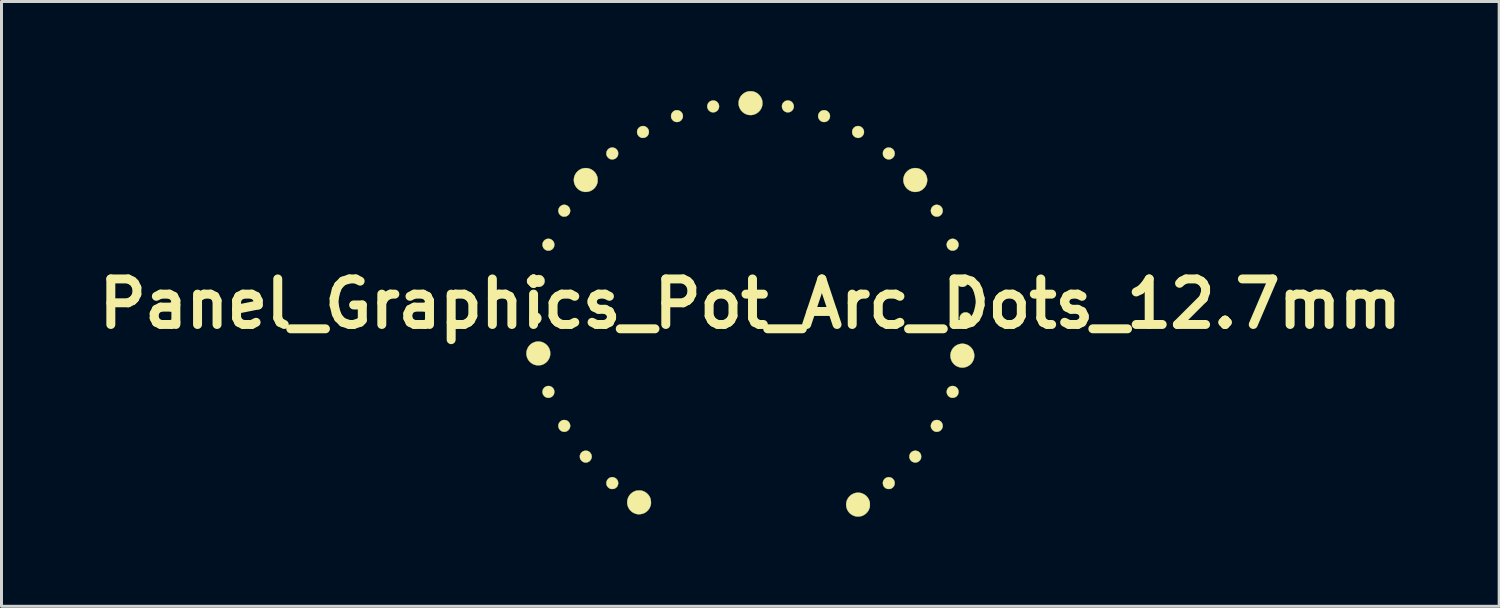
<source format=kicad_pcb>
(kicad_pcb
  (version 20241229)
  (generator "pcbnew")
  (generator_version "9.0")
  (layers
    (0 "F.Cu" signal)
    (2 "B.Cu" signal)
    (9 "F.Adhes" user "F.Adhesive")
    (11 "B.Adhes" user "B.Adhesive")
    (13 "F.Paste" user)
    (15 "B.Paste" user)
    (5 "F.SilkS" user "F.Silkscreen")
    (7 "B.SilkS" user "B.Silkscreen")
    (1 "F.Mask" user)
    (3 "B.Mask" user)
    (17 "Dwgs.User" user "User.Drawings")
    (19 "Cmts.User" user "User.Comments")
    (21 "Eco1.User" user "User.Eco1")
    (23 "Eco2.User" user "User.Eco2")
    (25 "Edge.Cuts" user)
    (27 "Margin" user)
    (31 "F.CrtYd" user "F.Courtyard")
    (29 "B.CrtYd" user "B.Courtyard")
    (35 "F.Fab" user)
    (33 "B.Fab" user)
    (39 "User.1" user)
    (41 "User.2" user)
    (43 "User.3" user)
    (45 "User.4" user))
  (footprint "Panel_Graphics_Pot_Arc_Dots_12.7mm"
    (layer "F.Cu")
    (at 22.069 7.123)
    (property "Reference" "Panel_Graphics_Pot_Arc_Dots_12.7mm" (at 0 0 0) (layer "F.SilkS") (effects (font (size 1.524 1.524) (thickness 0.3))))
    (attr through_hole)
    (fp_poly (pts (xy -1.223 -6.808) (xy -1.187 -6.801) (xy -1.153 -6.788) (xy -1.123 -6.769) (xy -1.096 -6.744) (xy -1.074 -6.714) (xy -1.058 -6.681) (xy -1.048 -6.643) (xy -1.046 -6.61) (xy -1.05 -6.57) (xy -1.061 -6.534) (xy -1.079 -6.501) (xy -1.102 -6.472) (xy -1.131 -6.448) (xy -1.163 -6.429) (xy -1.199 -6.417) (xy -1.238 -6.412) (xy -1.272 -6.414) (xy -1.311 -6.424) (xy -1.346 -6.44) (xy -1.377 -6.464) (xy -1.404 -6.493) (xy -1.424 -6.528) (xy -1.437 -6.565) (xy -1.443 -6.602) (xy -1.441 -6.64) (xy -1.431 -6.676) (xy -1.415 -6.711) (xy -1.393 -6.742) (xy -1.366 -6.768) (xy -1.337 -6.786) (xy -1.299 -6.801) (xy -1.261 -6.809) (xy -1.223 -6.808)) (stroke (width 0.01) (type solid)) (fill yes) (layer "F.SilkS"))
    (fp_poly (pts (xy -3.543 -5.948) (xy -3.507 -5.934) (xy -3.475 -5.914) (xy -3.447 -5.889) (xy -3.424 -5.858) (xy -3.407 -5.823) (xy -3.402 -5.806) (xy -3.396 -5.767) (xy -3.397 -5.728) (xy -3.406 -5.691) (xy -3.422 -5.656) (xy -3.443 -5.625) (xy -3.471 -5.599) (xy -3.489 -5.587) (xy -3.524 -5.57) (xy -3.56 -5.56) (xy -3.597 -5.556) (xy -3.63 -5.559) (xy -3.668 -5.57) (xy -3.702 -5.588) (xy -3.732 -5.612) (xy -3.756 -5.64) (xy -3.774 -5.673) (xy -3.787 -5.708) (xy -3.792 -5.745) (xy -3.791 -5.783) (xy -3.781 -5.821) (xy -3.772 -5.844) (xy -3.751 -5.876) (xy -3.724 -5.904) (xy -3.692 -5.927) (xy -3.656 -5.943) (xy -3.619 -5.952) (xy -3.581 -5.954) (xy -3.543 -5.948)) (stroke (width 0.01) (type solid)) (fill yes) (layer "F.SilkS"))
    (fp_poly (pts (xy 1.294 -6.806) (xy 1.334 -6.793) (xy 1.37 -6.774) (xy 1.4 -6.748) (xy 1.424 -6.717) (xy 1.442 -6.68) (xy 1.45 -6.657) (xy 1.456 -6.619) (xy 1.454 -6.582) (xy 1.445 -6.546) (xy 1.429 -6.513) (xy 1.408 -6.483) (xy 1.382 -6.457) (xy 1.352 -6.437) (xy 1.318 -6.422) (xy 1.281 -6.413) (xy 1.242 -6.412) (xy 1.204 -6.419) (xy 1.168 -6.433) (xy 1.137 -6.452) (xy 1.11 -6.477) (xy 1.088 -6.507) (xy 1.072 -6.539) (xy 1.062 -6.574) (xy 1.058 -6.611) (xy 1.061 -6.649) (xy 1.072 -6.686) (xy 1.079 -6.701) (xy 1.101 -6.734) (xy 1.128 -6.762) (xy 1.159 -6.784) (xy 1.194 -6.799) (xy 1.232 -6.808) (xy 1.27 -6.809) (xy 1.294 -6.806)) (stroke (width 0.01) (type solid)) (fill yes) (layer "F.SilkS"))
    (fp_poly (pts (xy 7.258 0.29) (xy 7.294 0.304) (xy 7.327 0.324) (xy 7.346 0.341) (xy 7.372 0.372) (xy 7.39 0.406) (xy 7.401 0.444) (xy 7.405 0.482) (xy 7.401 0.521) (xy 7.39 0.559) (xy 7.377 0.586) (xy 7.355 0.616) (xy 7.326 0.641) (xy 7.294 0.661) (xy 7.258 0.674) (xy 7.22 0.681) (xy 7.182 0.68) (xy 7.155 0.675) (xy 7.117 0.661) (xy 7.084 0.639) (xy 7.056 0.611) (xy 7.033 0.578) (xy 7.016 0.541) (xy 7.011 0.517) (xy 7.009 0.489) (xy 7.01 0.46) (xy 7.014 0.433) (xy 7.018 0.419) (xy 7.035 0.382) (xy 7.058 0.351) (xy 7.085 0.325) (xy 7.116 0.305) (xy 7.15 0.292) (xy 7.186 0.285) (xy 7.222 0.284) (xy 7.258 0.29)) (stroke (width 0.01) (type solid)) (fill yes) (layer "F.SilkS"))
    (fp_poly (pts (xy -7.166 0.286) (xy -7.129 0.295) (xy -7.094 0.311) (xy -7.063 0.333) (xy -7.036 0.362) (xy -7.015 0.396) (xy -7.005 0.419) (xy -6.999 0.443) (xy -6.996 0.471) (xy -6.997 0.5) (xy -7 0.527) (xy -7.004 0.541) (xy -7.02 0.579) (xy -7.043 0.611) (xy -7.071 0.638) (xy -7.103 0.659) (xy -7.138 0.674) (xy -7.175 0.681) (xy -7.214 0.681) (xy -7.25 0.673) (xy -7.287 0.658) (xy -7.319 0.637) (xy -7.346 0.611) (xy -7.367 0.58) (xy -7.382 0.546) (xy -7.39 0.51) (xy -7.392 0.472) (xy -7.387 0.434) (xy -7.374 0.397) (xy -7.364 0.379) (xy -7.343 0.351) (xy -7.317 0.326) (xy -7.286 0.306) (xy -7.253 0.292) (xy -7.245 0.29) (xy -7.205 0.284) (xy -7.166 0.286)) (stroke (width 0.01) (type solid)) (fill yes) (layer "F.SilkS"))
    (fp_poly (pts (xy 2.511 -6.481) (xy 2.546 -6.47) (xy 2.579 -6.451) (xy 2.608 -6.427) (xy 2.633 -6.398) (xy 2.651 -6.366) (xy 2.661 -6.338) (xy 2.667 -6.298) (xy 2.666 -6.259) (xy 2.657 -6.222) (xy 2.642 -6.188) (xy 2.621 -6.158) (xy 2.595 -6.132) (xy 2.564 -6.111) (xy 2.529 -6.097) (xy 2.49 -6.089) (xy 2.466 -6.088) (xy 2.448 -6.089) (xy 2.429 -6.091) (xy 2.417 -6.094) (xy 2.381 -6.108) (xy 2.349 -6.128) (xy 2.321 -6.154) (xy 2.299 -6.185) (xy 2.282 -6.218) (xy 2.272 -6.254) (xy 2.269 -6.291) (xy 2.274 -6.329) (xy 2.275 -6.333) (xy 2.29 -6.371) (xy 2.311 -6.406) (xy 2.338 -6.435) (xy 2.369 -6.458) (xy 2.405 -6.474) (xy 2.445 -6.484) (xy 2.474 -6.485) (xy 2.511 -6.481)) (stroke (width 0.01) (type solid)) (fill yes) (layer "F.SilkS"))
    (fp_poly (pts (xy 6.821 2.754) (xy 6.856 2.766) (xy 6.888 2.785) (xy 6.917 2.81) (xy 6.94 2.84) (xy 6.951 2.859) (xy 6.965 2.897) (xy 6.971 2.935) (xy 6.969 2.973) (xy 6.961 3.008) (xy 6.947 3.042) (xy 6.926 3.072) (xy 6.901 3.098) (xy 6.871 3.119) (xy 6.836 3.134) (xy 6.798 3.143) (xy 6.765 3.145) (xy 6.748 3.144) (xy 6.73 3.141) (xy 6.723 3.139) (xy 6.684 3.125) (xy 6.651 3.103) (xy 6.622 3.076) (xy 6.6 3.045) (xy 6.584 3.009) (xy 6.576 2.97) (xy 6.574 2.947) (xy 6.578 2.905) (xy 6.59 2.866) (xy 6.609 2.832) (xy 6.635 2.802) (xy 6.668 2.777) (xy 6.674 2.773) (xy 6.709 2.757) (xy 6.746 2.749) (xy 6.784 2.748) (xy 6.821 2.754)) (stroke (width 0.01) (type solid)) (fill yes) (layer "F.SilkS"))
    (fp_poly (pts (xy -7.047 -0.963) (xy -7.012 -0.954) (xy -6.981 -0.939) (xy -6.952 -0.917) (xy -6.925 -0.887) (xy -6.905 -0.853) (xy -6.892 -0.816) (xy -6.886 -0.778) (xy -6.888 -0.739) (xy -6.897 -0.7) (xy -6.908 -0.675) (xy -6.92 -0.655) (xy -6.938 -0.635) (xy -6.957 -0.616) (xy -6.976 -0.602) (xy -7.004 -0.587) (xy -7.036 -0.576) (xy -7.069 -0.57) (xy -7.099 -0.569) (xy -7.106 -0.57) (xy -7.146 -0.579) (xy -7.183 -0.595) (xy -7.215 -0.618) (xy -7.241 -0.645) (xy -7.262 -0.678) (xy -7.275 -0.714) (xy -7.282 -0.753) (xy -7.282 -0.766) (xy -7.279 -0.806) (xy -7.27 -0.841) (xy -7.255 -0.872) (xy -7.233 -0.9) (xy -7.203 -0.928) (xy -7.169 -0.949) (xy -7.132 -0.961) (xy -7.091 -0.966) (xy -7.087 -0.966) (xy -7.047 -0.963)) (stroke (width 0.01) (type solid)) (fill yes) (layer "F.SilkS"))
    (fp_poly (pts (xy -6.732 -2.178) (xy -6.695 -2.169) (xy -6.66 -2.153) (xy -6.629 -2.131) (xy -6.603 -2.103) (xy -6.582 -2.07) (xy -6.568 -2.037) (xy -6.563 -2.008) (xy -6.562 -1.976) (xy -6.565 -1.945) (xy -6.57 -1.921) (xy -6.585 -1.886) (xy -6.607 -1.854) (xy -6.635 -1.827) (xy -6.667 -1.805) (xy -6.702 -1.79) (xy -6.714 -1.787) (xy -6.735 -1.784) (xy -6.76 -1.783) (xy -6.785 -1.784) (xy -6.807 -1.787) (xy -6.811 -1.788) (xy -6.849 -1.803) (xy -6.882 -1.825) (xy -6.911 -1.852) (xy -6.933 -1.884) (xy -6.949 -1.921) (xy -6.957 -1.957) (xy -6.958 -1.996) (xy -6.951 -2.034) (xy -6.937 -2.07) (xy -6.917 -2.102) (xy -6.891 -2.13) (xy -6.86 -2.153) (xy -6.824 -2.169) (xy -6.809 -2.174) (xy -6.77 -2.18) (xy -6.732 -2.178)) (stroke (width 0.01) (type solid)) (fill yes) (layer "F.SilkS"))
    (fp_poly (pts (xy -6.726 2.75) (xy -6.69 2.76) (xy -6.657 2.776) (xy -6.626 2.798) (xy -6.6 2.827) (xy -6.581 2.857) (xy -6.568 2.89) (xy -6.562 2.926) (xy -6.563 2.964) (xy -6.569 3.001) (xy -6.582 3.036) (xy -6.587 3.046) (xy -6.597 3.061) (xy -6.611 3.077) (xy -6.624 3.09) (xy -6.658 3.116) (xy -6.694 3.134) (xy -6.733 3.143) (xy -6.774 3.145) (xy -6.803 3.141) (xy -6.831 3.132) (xy -6.86 3.118) (xy -6.886 3.099) (xy -6.9 3.086) (xy -6.926 3.055) (xy -6.944 3.021) (xy -6.955 2.984) (xy -6.959 2.946) (xy -6.955 2.909) (xy -6.944 2.872) (xy -6.926 2.838) (xy -6.901 2.807) (xy -6.9 2.806) (xy -6.869 2.781) (xy -6.835 2.763) (xy -6.8 2.752) (xy -6.763 2.748) (xy -6.726 2.75)) (stroke (width 0.01) (type solid)) (fill yes) (layer "F.SilkS"))
    (fp_poly (pts (xy -2.42 -6.482) (xy -2.382 -6.47) (xy -2.347 -6.451) (xy -2.316 -6.427) (xy -2.291 -6.396) (xy -2.272 -6.36) (xy -2.262 -6.331) (xy -2.256 -6.294) (xy -2.259 -6.257) (xy -2.268 -6.222) (xy -2.284 -6.188) (xy -2.305 -6.158) (xy -2.333 -6.131) (xy -2.364 -6.11) (xy -2.4 -6.095) (xy -2.407 -6.093) (xy -2.431 -6.089) (xy -2.46 -6.088) (xy -2.488 -6.09) (xy -2.51 -6.094) (xy -2.546 -6.108) (xy -2.578 -6.129) (xy -2.606 -6.156) (xy -2.629 -6.187) (xy -2.645 -6.222) (xy -2.649 -6.234) (xy -2.653 -6.259) (xy -2.654 -6.288) (xy -2.652 -6.318) (xy -2.648 -6.338) (xy -2.635 -6.374) (xy -2.615 -6.405) (xy -2.589 -6.433) (xy -2.559 -6.456) (xy -2.525 -6.473) (xy -2.489 -6.483) (xy -2.461 -6.485) (xy -2.42 -6.482)) (stroke (width 0.01) (type solid)) (fill yes) (layer "F.SilkS"))
    (fp_poly (pts (xy 6.258 3.887) (xy 6.278 3.889) (xy 6.294 3.892) (xy 6.309 3.897) (xy 6.327 3.905) (xy 6.328 3.905) (xy 6.363 3.927) (xy 6.391 3.953) (xy 6.413 3.984) (xy 6.429 4.018) (xy 6.438 4.053) (xy 6.44 4.09) (xy 6.436 4.127) (xy 6.424 4.163) (xy 6.404 4.197) (xy 6.386 4.22) (xy 6.356 4.246) (xy 6.322 4.266) (xy 6.285 4.278) (xy 6.247 4.283) (xy 6.208 4.281) (xy 6.195 4.278) (xy 6.159 4.265) (xy 6.126 4.244) (xy 6.097 4.218) (xy 6.073 4.187) (xy 6.055 4.152) (xy 6.045 4.116) (xy 6.043 4.078) (xy 6.048 4.04) (xy 6.061 4.004) (xy 6.08 3.97) (xy 6.102 3.944) (xy 6.131 3.919) (xy 6.163 3.901) (xy 6.197 3.891) (xy 6.236 3.887) (xy 6.258 3.887)) (stroke (width 0.01) (type solid)) (fill yes) (layer "F.SilkS"))
    (fp_poly (pts (xy 6.811 -2.176) (xy 6.848 -2.165) (xy 6.881 -2.147) (xy 6.91 -2.124) (xy 6.935 -2.096) (xy 6.953 -2.063) (xy 6.966 -2.028) (xy 6.971 -1.99) (xy 6.969 -1.957) (xy 6.96 -1.917) (xy 6.944 -1.881) (xy 6.921 -1.849) (xy 6.892 -1.822) (xy 6.858 -1.801) (xy 6.822 -1.788) (xy 6.802 -1.784) (xy 6.777 -1.783) (xy 6.751 -1.783) (xy 6.729 -1.786) (xy 6.725 -1.787) (xy 6.692 -1.799) (xy 6.66 -1.817) (xy 6.631 -1.842) (xy 6.606 -1.871) (xy 6.604 -1.875) (xy 6.589 -1.903) (xy 6.579 -1.936) (xy 6.575 -1.972) (xy 6.575 -2.007) (xy 6.581 -2.037) (xy 6.596 -2.073) (xy 6.618 -2.105) (xy 6.645 -2.133) (xy 6.677 -2.155) (xy 6.712 -2.17) (xy 6.75 -2.179) (xy 6.771 -2.18) (xy 6.811 -2.176)) (stroke (width 0.01) (type solid)) (fill yes) (layer "F.SilkS"))
    (fp_poly (pts (xy -6.198 -3.316) (xy -6.195 -3.315) (xy -6.156 -3.303) (xy -6.121 -3.285) (xy -6.091 -3.261) (xy -6.067 -3.232) (xy -6.048 -3.2) (xy -6.036 -3.164) (xy -6.031 -3.126) (xy -6.033 -3.091) (xy -6.043 -3.05) (xy -6.06 -3.014) (xy -6.084 -2.983) (xy -6.115 -2.956) (xy -6.152 -2.936) (xy -6.159 -2.932) (xy -6.174 -2.928) (xy -6.195 -2.925) (xy -6.219 -2.923) (xy -6.243 -2.922) (xy -6.264 -2.923) (xy -6.28 -2.925) (xy -6.305 -2.934) (xy -6.331 -2.949) (xy -6.356 -2.967) (xy -6.371 -2.98) (xy -6.396 -3.011) (xy -6.414 -3.046) (xy -6.424 -3.082) (xy -6.428 -3.12) (xy -6.424 -3.157) (xy -6.412 -3.194) (xy -6.394 -3.229) (xy -6.374 -3.254) (xy -6.344 -3.28) (xy -6.311 -3.3) (xy -6.274 -3.313) (xy -6.236 -3.318) (xy -6.198 -3.316)) (stroke (width 0.01) (type solid)) (fill yes) (layer "F.SilkS"))
    (fp_poly (pts (xy 7.14 -0.962) (xy 7.178 -0.95) (xy 7.212 -0.931) (xy 7.243 -0.904) (xy 7.246 -0.9) (xy 7.268 -0.871) (xy 7.284 -0.839) (xy 7.292 -0.804) (xy 7.295 -0.766) (xy 7.291 -0.726) (xy 7.279 -0.689) (xy 7.261 -0.655) (xy 7.237 -0.626) (xy 7.207 -0.602) (xy 7.172 -0.584) (xy 7.155 -0.578) (xy 7.13 -0.573) (xy 7.103 -0.57) (xy 7.078 -0.57) (xy 7.065 -0.572) (xy 7.025 -0.583) (xy 6.989 -0.601) (xy 6.958 -0.626) (xy 6.932 -0.657) (xy 6.913 -0.692) (xy 6.906 -0.713) (xy 6.901 -0.738) (xy 6.899 -0.767) (xy 6.901 -0.797) (xy 6.906 -0.823) (xy 6.908 -0.832) (xy 6.926 -0.87) (xy 6.95 -0.903) (xy 6.979 -0.929) (xy 7.013 -0.948) (xy 7.05 -0.961) (xy 7.092 -0.966) (xy 7.099 -0.966) (xy 7.14 -0.962)) (stroke (width 0.01) (type solid)) (fill yes) (layer "F.SilkS"))
    (fp_poly (pts (xy 5.564 4.919) (xy 5.603 4.931) (xy 5.637 4.949) (xy 5.667 4.975) (xy 5.691 5.007) (xy 5.705 5.034) (xy 5.714 5.063) (xy 5.718 5.094) (xy 5.718 5.122) (xy 5.717 5.144) (xy 5.715 5.16) (xy 5.712 5.172) (xy 5.707 5.185) (xy 5.703 5.195) (xy 5.682 5.229) (xy 5.656 5.258) (xy 5.626 5.281) (xy 5.612 5.289) (xy 5.577 5.303) (xy 5.544 5.311) (xy 5.511 5.312) (xy 5.477 5.306) (xy 5.476 5.306) (xy 5.44 5.293) (xy 5.407 5.274) (xy 5.378 5.249) (xy 5.355 5.219) (xy 5.337 5.186) (xy 5.326 5.15) (xy 5.322 5.113) (xy 5.325 5.083) (xy 5.336 5.043) (xy 5.353 5.007) (xy 5.377 4.976) (xy 5.406 4.951) (xy 5.44 4.932) (xy 5.478 4.92) (xy 5.519 4.915) (xy 5.523 4.915) (xy 5.564 4.919)) (stroke (width 0.01) (type solid)) (fill yes) (layer "F.SilkS"))
    (fp_poly (pts (xy -6.18 3.892) (xy -6.151 3.901) (xy -6.139 3.906) (xy -6.115 3.921) (xy -6.092 3.941) (xy -6.071 3.965) (xy -6.054 3.99) (xy -6.05 3.997) (xy -6.037 4.035) (xy -6.031 4.072) (xy -6.032 4.109) (xy -6.041 4.145) (xy -6.055 4.178) (xy -6.074 4.207) (xy -6.099 4.233) (xy -6.128 4.255) (xy -6.16 4.271) (xy -6.196 4.28) (xy -6.234 4.283) (xy -6.27 4.28) (xy -6.299 4.27) (xy -6.329 4.255) (xy -6.357 4.235) (xy -6.374 4.22) (xy -6.398 4.187) (xy -6.415 4.152) (xy -6.425 4.116) (xy -6.428 4.079) (xy -6.424 4.042) (xy -6.412 4.007) (xy -6.395 3.974) (xy -6.371 3.945) (xy -6.34 3.92) (xy -6.315 3.905) (xy -6.297 3.897) (xy -6.282 3.892) (xy -6.267 3.889) (xy -6.246 3.887) (xy -6.245 3.887) (xy -6.21 3.887) (xy -6.18 3.892)) (stroke (width 0.01) (type solid)) (fill yes) (layer "F.SilkS"))
    (fp_poly (pts (xy 3.632 -5.952) (xy 3.671 -5.943) (xy 3.706 -5.926) (xy 3.738 -5.903) (xy 3.765 -5.875) (xy 3.784 -5.844) (xy 3.799 -5.806) (xy 3.805 -5.768) (xy 3.804 -5.73) (xy 3.795 -5.693) (xy 3.78 -5.658) (xy 3.758 -5.627) (xy 3.731 -5.6) (xy 3.697 -5.579) (xy 3.689 -5.575) (xy 3.673 -5.569) (xy 3.655 -5.563) (xy 3.636 -5.558) (xy 3.62 -5.555) (xy 3.609 -5.555) (xy 3.609 -5.555) (xy 3.603 -5.555) (xy 3.591 -5.557) (xy 3.577 -5.559) (xy 3.543 -5.567) (xy 3.509 -5.583) (xy 3.478 -5.604) (xy 3.452 -5.631) (xy 3.432 -5.659) (xy 3.417 -5.695) (xy 3.409 -5.734) (xy 3.409 -5.773) (xy 3.414 -5.806) (xy 3.428 -5.843) (xy 3.448 -5.876) (xy 3.474 -5.904) (xy 3.505 -5.926) (xy 3.539 -5.942) (xy 3.576 -5.952) (xy 3.615 -5.954) (xy 3.632 -5.952)) (stroke (width 0.01) (type solid)) (fill yes) (layer "F.SilkS"))
    (fp_poly (pts (xy 6.283 -3.313) (xy 6.32 -3.301) (xy 6.354 -3.283) (xy 6.384 -3.257) (xy 6.386 -3.254) (xy 6.411 -3.222) (xy 6.428 -3.187) (xy 6.438 -3.151) (xy 6.441 -3.114) (xy 6.436 -3.077) (xy 6.425 -3.042) (xy 6.407 -3.009) (xy 6.383 -2.98) (xy 6.353 -2.955) (xy 6.328 -2.94) (xy 6.312 -2.933) (xy 6.299 -2.928) (xy 6.287 -2.925) (xy 6.272 -2.923) (xy 6.252 -2.923) (xy 6.251 -2.923) (xy 6.232 -2.922) (xy 6.216 -2.923) (xy 6.204 -2.923) (xy 6.2 -2.924) (xy 6.159 -2.938) (xy 6.124 -2.959) (xy 6.094 -2.985) (xy 6.071 -3.017) (xy 6.054 -3.054) (xy 6.045 -3.091) (xy 6.044 -3.13) (xy 6.049 -3.168) (xy 6.062 -3.204) (xy 6.082 -3.236) (xy 6.107 -3.264) (xy 6.138 -3.288) (xy 6.173 -3.305) (xy 6.207 -3.315) (xy 6.245 -3.318) (xy 6.283 -3.313)) (stroke (width 0.01) (type solid)) (fill yes) (layer "F.SilkS"))
    (fp_poly (pts (xy -5.48 4.916) (xy -5.442 4.925) (xy -5.407 4.941) (xy -5.401 4.945) (xy -5.372 4.968) (xy -5.348 4.997) (xy -5.329 5.03) (xy -5.316 5.065) (xy -5.31 5.101) (xy -5.311 5.137) (xy -5.312 5.142) (xy -5.323 5.181) (xy -5.341 5.216) (xy -5.364 5.247) (xy -5.392 5.272) (xy -5.424 5.292) (xy -5.459 5.305) (xy -5.496 5.312) (xy -5.534 5.31) (xy -5.553 5.307) (xy -5.591 5.293) (xy -5.626 5.273) (xy -5.656 5.246) (xy -5.68 5.213) (xy -5.69 5.195) (xy -5.697 5.181) (xy -5.701 5.168) (xy -5.703 5.155) (xy -5.705 5.138) (xy -5.706 5.122) (xy -5.706 5.1) (xy -5.706 5.084) (xy -5.704 5.07) (xy -5.7 5.056) (xy -5.698 5.051) (xy -5.685 5.019) (xy -5.669 4.992) (xy -5.648 4.969) (xy -5.626 4.952) (xy -5.594 4.932) (xy -5.557 4.92) (xy -5.519 4.915) (xy -5.48 4.916)) (stroke (width 0.01) (type solid)) (fill yes) (layer "F.SilkS"))
    (fp_poly (pts (xy -4.605 5.801) (xy -4.593 5.803) (xy -4.552 5.814) (xy -4.516 5.832) (xy -4.484 5.858) (xy -4.481 5.861) (xy -4.456 5.891) (xy -4.438 5.924) (xy -4.428 5.959) (xy -4.424 5.999) (xy -4.425 6.015) (xy -4.431 6.055) (xy -4.445 6.092) (xy -4.465 6.124) (xy -4.479 6.139) (xy -4.497 6.154) (xy -4.518 6.169) (xy -4.539 6.182) (xy -4.551 6.187) (xy -4.565 6.191) (xy -4.584 6.194) (xy -4.607 6.196) (xy -4.631 6.196) (xy -4.652 6.196) (xy -4.669 6.195) (xy -4.672 6.194) (xy -4.705 6.182) (xy -4.736 6.162) (xy -4.764 6.138) (xy -4.787 6.11) (xy -4.799 6.09) (xy -4.814 6.05) (xy -4.821 6.011) (xy -4.819 5.973) (xy -4.81 5.935) (xy -4.792 5.9) (xy -4.766 5.867) (xy -4.761 5.861) (xy -4.738 5.84) (xy -4.715 5.825) (xy -4.691 5.814) (xy -4.661 5.806) (xy -4.656 5.805) (xy -4.637 5.801) (xy -4.621 5.8) (xy -4.605 5.801)) (stroke (width 0.01) (type solid)) (fill yes) (layer "F.SilkS"))
    (fp_poly (pts (xy 4.644 -5.231) (xy 4.665 -5.23) (xy 4.681 -5.229) (xy 4.694 -5.225) (xy 4.707 -5.221) (xy 4.717 -5.216) (xy 4.752 -5.195) (xy 4.781 -5.169) (xy 4.804 -5.138) (xy 4.821 -5.103) (xy 4.831 -5.067) (xy 4.833 -5.029) (xy 4.828 -4.99) (xy 4.816 -4.952) (xy 4.815 -4.95) (xy 4.804 -4.932) (xy 4.788 -4.911) (xy 4.769 -4.891) (xy 4.749 -4.874) (xy 4.731 -4.86) (xy 4.723 -4.856) (xy 4.684 -4.842) (xy 4.644 -4.836) (xy 4.605 -4.838) (xy 4.59 -4.841) (xy 4.551 -4.855) (xy 4.516 -4.875) (xy 4.486 -4.903) (xy 4.462 -4.936) (xy 4.447 -4.968) (xy 4.443 -4.98) (xy 4.44 -4.995) (xy 4.439 -5.013) (xy 4.439 -5.038) (xy 4.439 -5.059) (xy 4.439 -5.074) (xy 4.441 -5.086) (xy 4.444 -5.096) (xy 4.449 -5.108) (xy 4.454 -5.118) (xy 4.469 -5.146) (xy 4.485 -5.167) (xy 4.503 -5.185) (xy 4.521 -5.198) (xy 4.549 -5.215) (xy 4.575 -5.225) (xy 4.604 -5.231) (xy 4.638 -5.232) (xy 4.644 -5.231)) (stroke (width 0.01) (type solid)) (fill yes) (layer "F.SilkS"))
    (fp_poly (pts (xy 4.655 5.802) (xy 4.669 5.805) (xy 4.688 5.809) (xy 4.707 5.815) (xy 4.722 5.821) (xy 4.74 5.832) (xy 4.76 5.848) (xy 4.78 5.868) (xy 4.798 5.889) (xy 4.811 5.909) (xy 4.815 5.915) (xy 4.828 5.953) (xy 4.833 5.992) (xy 4.831 6.03) (xy 4.822 6.067) (xy 4.805 6.101) (xy 4.783 6.132) (xy 4.754 6.159) (xy 4.719 6.18) (xy 4.717 6.181) (xy 4.703 6.188) (xy 4.691 6.192) (xy 4.678 6.194) (xy 4.661 6.196) (xy 4.644 6.196) (xy 4.615 6.196) (xy 4.592 6.194) (xy 4.58 6.192) (xy 4.562 6.186) (xy 4.548 6.18) (xy 4.534 6.172) (xy 4.518 6.161) (xy 4.514 6.158) (xy 4.485 6.131) (xy 4.462 6.1) (xy 4.446 6.064) (xy 4.438 6.024) (xy 4.438 6.015) (xy 4.438 5.974) (xy 4.446 5.937) (xy 4.461 5.903) (xy 4.483 5.872) (xy 4.494 5.861) (xy 4.525 5.834) (xy 4.561 5.815) (xy 4.602 5.804) (xy 4.605 5.803) (xy 4.624 5.801) (xy 4.639 5.8) (xy 4.655 5.802)) (stroke (width 0.01) (type solid)) (fill yes) (layer "F.SilkS"))
    (fp_poly (pts (xy 5.596 -4.539) (xy 5.649 -4.526) (xy 5.687 -4.511) (xy 5.737 -4.483) (xy 5.783 -4.449) (xy 5.823 -4.409) (xy 5.857 -4.364) (xy 5.885 -4.314) (xy 5.891 -4.299) (xy 5.909 -4.245) (xy 5.919 -4.189) (xy 5.921 -4.135) (xy 5.916 -4.081) (xy 5.903 -4.028) (xy 5.884 -3.978) (xy 5.858 -3.931) (xy 5.826 -3.888) (xy 5.787 -3.849) (xy 5.744 -3.815) (xy 5.695 -3.787) (xy 5.659 -3.772) (xy 5.628 -3.763) (xy 5.593 -3.755) (xy 5.556 -3.75) (xy 5.52 -3.748) (xy 5.489 -3.748) (xy 5.482 -3.749) (xy 5.423 -3.76) (xy 5.368 -3.779) (xy 5.318 -3.804) (xy 5.272 -3.836) (xy 5.231 -3.874) (xy 5.196 -3.918) (xy 5.167 -3.966) (xy 5.144 -4.02) (xy 5.13 -4.072) (xy 5.123 -4.122) (xy 5.124 -4.175) (xy 5.132 -4.229) (xy 5.146 -4.28) (xy 5.161 -4.317) (xy 5.187 -4.365) (xy 5.221 -4.408) (xy 5.26 -4.448) (xy 5.305 -4.482) (xy 5.353 -4.509) (xy 5.381 -4.521) (xy 5.432 -4.536) (xy 5.486 -4.545) (xy 5.541 -4.546) (xy 5.596 -4.539)) (stroke (width 0.01) (type solid)) (fill yes) (layer "F.SilkS"))
    (fp_poly (pts (xy -4.597 -5.231) (xy -4.567 -5.226) (xy -4.54 -5.217) (xy -4.513 -5.202) (xy -4.508 -5.198) (xy -4.487 -5.182) (xy -4.469 -5.164) (xy -4.454 -5.141) (xy -4.442 -5.118) (xy -4.435 -5.104) (xy -4.43 -5.093) (xy -4.428 -5.082) (xy -4.426 -5.07) (xy -4.426 -5.053) (xy -4.426 -5.038) (xy -4.426 -5.013) (xy -4.428 -4.995) (xy -4.43 -4.981) (xy -4.434 -4.969) (xy -4.434 -4.968) (xy -4.453 -4.93) (xy -4.478 -4.897) (xy -4.509 -4.871) (xy -4.545 -4.852) (xy -4.579 -4.841) (xy -4.612 -4.836) (xy -4.645 -4.837) (xy -4.666 -4.841) (xy -4.684 -4.846) (xy -4.702 -4.853) (xy -4.71 -4.856) (xy -4.728 -4.867) (xy -4.747 -4.883) (xy -4.767 -4.902) (xy -4.784 -4.923) (xy -4.798 -4.942) (xy -4.802 -4.95) (xy -4.815 -4.988) (xy -4.821 -5.026) (xy -4.818 -5.065) (xy -4.809 -5.101) (xy -4.793 -5.136) (xy -4.77 -5.167) (xy -4.741 -5.194) (xy -4.706 -5.215) (xy -4.704 -5.216) (xy -4.69 -5.222) (xy -4.677 -5.227) (xy -4.664 -5.229) (xy -4.646 -5.231) (xy -4.631 -5.231) (xy -4.597 -5.231)) (stroke (width 0.01) (type solid)) (fill yes) (layer "F.SilkS"))
    (fp_poly (pts (xy 7.13 1.335) (xy 7.185 1.344) (xy 7.239 1.36) (xy 7.291 1.384) (xy 7.304 1.391) (xy 7.332 1.411) (xy 7.362 1.436) (xy 7.391 1.465) (xy 7.417 1.494) (xy 7.437 1.523) (xy 7.44 1.527) (xy 7.465 1.578) (xy 7.483 1.631) (xy 7.494 1.684) (xy 7.496 1.737) (xy 7.492 1.789) (xy 7.482 1.84) (xy 7.464 1.889) (xy 7.441 1.935) (xy 7.412 1.978) (xy 7.377 2.017) (xy 7.337 2.052) (xy 7.292 2.081) (xy 7.243 2.105) (xy 7.189 2.122) (xy 7.159 2.128) (xy 7.127 2.131) (xy 7.093 2.133) (xy 7.062 2.132) (xy 7.051 2.131) (xy 6.994 2.119) (xy 6.942 2.101) (xy 6.893 2.076) (xy 6.849 2.046) (xy 6.81 2.01) (xy 6.776 1.969) (xy 6.747 1.925) (xy 6.725 1.877) (xy 6.709 1.826) (xy 6.7 1.773) (xy 6.698 1.719) (xy 6.704 1.664) (xy 6.718 1.609) (xy 6.72 1.603) (xy 6.741 1.553) (xy 6.768 1.508) (xy 6.802 1.465) (xy 6.811 1.456) (xy 6.854 1.417) (xy 6.899 1.387) (xy 6.948 1.363) (xy 7.002 1.346) (xy 7.021 1.342) (xy 7.075 1.335) (xy 7.13 1.335)) (stroke (width 0.01) (type solid)) (fill yes) (layer "F.SilkS"))
    (fp_poly (pts (xy -7.065 1.262) (xy -7.027 1.266) (xy -7.001 1.271) (xy -6.945 1.29) (xy -6.894 1.316) (xy -6.847 1.348) (xy -6.806 1.386) (xy -6.77 1.43) (xy -6.741 1.479) (xy -6.718 1.532) (xy -6.709 1.562) (xy -6.703 1.596) (xy -6.7 1.635) (xy -6.699 1.675) (xy -6.702 1.715) (xy -6.708 1.75) (xy -6.709 1.755) (xy -6.728 1.81) (xy -6.754 1.861) (xy -6.786 1.908) (xy -6.825 1.95) (xy -6.869 1.986) (xy -6.918 2.016) (xy -6.92 2.017) (xy -6.955 2.033) (xy -6.989 2.044) (xy -7.025 2.051) (xy -7.065 2.055) (xy -7.087 2.056) (xy -7.123 2.056) (xy -7.153 2.054) (xy -7.175 2.051) (xy -7.176 2.051) (xy -7.232 2.035) (xy -7.285 2.011) (xy -7.334 1.98) (xy -7.378 1.941) (xy -7.384 1.936) (xy -7.418 1.896) (xy -7.446 1.854) (xy -7.467 1.809) (xy -7.478 1.778) (xy -7.491 1.723) (xy -7.496 1.668) (xy -7.494 1.613) (xy -7.484 1.56) (xy -7.467 1.51) (xy -7.444 1.462) (xy -7.415 1.417) (xy -7.379 1.377) (xy -7.339 1.341) (xy -7.293 1.311) (xy -7.243 1.287) (xy -7.188 1.27) (xy -7.179 1.267) (xy -7.144 1.262) (xy -7.105 1.26) (xy -7.065 1.262)) (stroke (width 0.01) (type solid)) (fill yes) (layer "F.SilkS"))
    (fp_poly (pts (xy -3.683 6.247) (xy -3.649 6.251) (xy -3.625 6.256) (xy -3.573 6.273) (xy -3.526 6.297) (xy -3.482 6.326) (xy -3.441 6.364) (xy -3.437 6.367) (xy -3.4 6.41) (xy -3.37 6.457) (xy -3.348 6.506) (xy -3.334 6.559) (xy -3.327 6.616) (xy -3.326 6.644) (xy -3.326 6.673) (xy -3.328 6.697) (xy -3.331 6.718) (xy -3.335 6.737) (xy -3.353 6.792) (xy -3.378 6.843) (xy -3.409 6.889) (xy -3.446 6.93) (xy -3.488 6.966) (xy -3.535 6.995) (xy -3.586 7.018) (xy -3.64 7.033) (xy -3.697 7.041) (xy -3.708 7.042) (xy -3.728 7.042) (xy -3.746 7.042) (xy -3.76 7.042) (xy -3.766 7.042) (xy -3.821 7.031) (xy -3.871 7.014) (xy -3.917 6.992) (xy -3.962 6.964) (xy -3.966 6.961) (xy -4.008 6.924) (xy -4.044 6.882) (xy -4.073 6.837) (xy -4.096 6.789) (xy -4.111 6.738) (xy -4.12 6.686) (xy -4.122 6.634) (xy -4.117 6.581) (xy -4.105 6.529) (xy -4.087 6.479) (xy -4.061 6.431) (xy -4.028 6.386) (xy -3.998 6.354) (xy -3.954 6.318) (xy -3.907 6.289) (xy -3.856 6.266) (xy -3.822 6.256) (xy -3.793 6.25) (xy -3.758 6.247) (xy -3.72 6.246) (xy -3.683 6.247)) (stroke (width 0.01) (type solid)) (fill yes) (layer "F.SilkS"))
    (fp_poly (pts (xy 0.038 -7.117) (xy 0.07 -7.115) (xy 0.098 -7.11) (xy 0.102 -7.109) (xy 0.157 -7.09) (xy 0.207 -7.066) (xy 0.252 -7.035) (xy 0.288 -7.002) (xy 0.325 -6.96) (xy 0.355 -6.914) (xy 0.379 -6.864) (xy 0.395 -6.816) (xy 0.4 -6.79) (xy 0.403 -6.758) (xy 0.404 -6.724) (xy 0.403 -6.689) (xy 0.401 -6.656) (xy 0.396 -6.629) (xy 0.395 -6.625) (xy 0.375 -6.567) (xy 0.349 -6.515) (xy 0.316 -6.468) (xy 0.277 -6.427) (xy 0.233 -6.392) (xy 0.184 -6.363) (xy 0.131 -6.341) (xy 0.083 -6.328) (xy 0.037 -6.322) (xy -0.012 -6.321) (xy -0.058 -6.326) (xy -0.072 -6.329) (xy -0.129 -6.345) (xy -0.181 -6.368) (xy -0.229 -6.398) (xy -0.272 -6.435) (xy -0.31 -6.477) (xy -0.341 -6.525) (xy -0.366 -6.577) (xy -0.384 -6.633) (xy -0.388 -6.657) (xy -0.391 -6.686) (xy -0.391 -6.719) (xy -0.391 -6.752) (xy -0.388 -6.783) (xy -0.384 -6.809) (xy -0.382 -6.816) (xy -0.363 -6.871) (xy -0.339 -6.921) (xy -0.308 -6.966) (xy -0.275 -7.002) (xy -0.233 -7.039) (xy -0.187 -7.069) (xy -0.137 -7.093) (xy -0.09 -7.109) (xy -0.063 -7.114) (xy -0.032 -7.117) (xy 0.003 -7.118) (xy 0.038 -7.117)) (stroke (width 0.01) (type solid)) (fill yes) (layer "F.SilkS"))
    (fp_poly (pts (xy -5.461 -4.544) (xy -5.438 -4.54) (xy -5.381 -4.526) (xy -5.329 -4.503) (xy -5.279 -4.473) (xy -5.236 -4.437) (xy -5.2 -4.399) (xy -5.171 -4.36) (xy -5.148 -4.316) (xy -5.129 -4.267) (xy -5.124 -4.252) (xy -5.119 -4.237) (xy -5.116 -4.223) (xy -5.114 -4.209) (xy -5.113 -4.193) (xy -5.113 -4.172) (xy -5.112 -4.149) (xy -5.113 -4.113) (xy -5.115 -4.084) (xy -5.12 -4.057) (xy -5.126 -4.032) (xy -5.136 -4.004) (xy -5.143 -3.988) (xy -5.169 -3.938) (xy -5.201 -3.893) (xy -5.239 -3.853) (xy -5.283 -3.818) (xy -5.331 -3.79) (xy -5.383 -3.768) (xy -5.421 -3.758) (xy -5.44 -3.754) (xy -5.463 -3.752) (xy -5.488 -3.749) (xy -5.512 -3.748) (xy -5.533 -3.748) (xy -5.548 -3.749) (xy -5.6 -3.759) (xy -5.646 -3.772) (xy -5.688 -3.79) (xy -5.729 -3.814) (xy -5.752 -3.831) (xy -5.794 -3.868) (xy -5.831 -3.911) (xy -5.861 -3.959) (xy -5.885 -4.011) (xy -5.898 -4.054) (xy -5.903 -4.084) (xy -5.907 -4.12) (xy -5.907 -4.157) (xy -5.906 -4.194) (xy -5.901 -4.226) (xy -5.9 -4.232) (xy -5.884 -4.286) (xy -5.86 -4.337) (xy -5.83 -4.384) (xy -5.794 -4.427) (xy -5.752 -4.464) (xy -5.706 -4.495) (xy -5.656 -4.519) (xy -5.61 -4.534) (xy -5.576 -4.541) (xy -5.538 -4.545) (xy -5.498 -4.546) (xy -5.461 -4.544)) (stroke (width 0.01) (type solid)) (fill yes) (layer "F.SilkS"))
    (fp_poly (pts (xy 3.634 6.323) (xy 3.655 6.324) (xy 3.672 6.326) (xy 3.689 6.329) (xy 3.704 6.333) (xy 3.761 6.352) (xy 3.812 6.379) (xy 3.859 6.411) (xy 3.89 6.44) (xy 3.912 6.464) (xy 3.93 6.487) (xy 3.946 6.512) (xy 3.961 6.54) (xy 3.967 6.551) (xy 3.979 6.579) (xy 3.989 6.603) (xy 3.995 6.625) (xy 3.999 6.649) (xy 4.002 6.675) (xy 4.002 6.707) (xy 4.002 6.723) (xy 4.002 6.749) (xy 4.002 6.77) (xy 4 6.786) (xy 3.999 6.799) (xy 3.996 6.812) (xy 3.991 6.827) (xy 3.991 6.83) (xy 3.971 6.882) (xy 3.947 6.929) (xy 3.916 6.971) (xy 3.878 7.012) (xy 3.877 7.012) (xy 3.833 7.049) (xy 3.784 7.078) (xy 3.732 7.1) (xy 3.696 7.11) (xy 3.676 7.113) (xy 3.652 7.116) (xy 3.624 7.118) (xy 3.597 7.119) (xy 3.572 7.118) (xy 3.552 7.117) (xy 3.55 7.117) (xy 3.494 7.104) (xy 3.441 7.083) (xy 3.391 7.056) (xy 3.346 7.023) (xy 3.323 7.002) (xy 3.285 6.958) (xy 3.255 6.91) (xy 3.232 6.859) (xy 3.217 6.806) (xy 3.209 6.751) (xy 3.208 6.696) (xy 3.216 6.64) (xy 3.231 6.585) (xy 3.249 6.543) (xy 3.278 6.494) (xy 3.313 6.45) (xy 3.355 6.411) (xy 3.402 6.378) (xy 3.431 6.363) (xy 3.466 6.347) (xy 3.497 6.336) (xy 3.528 6.328) (xy 3.56 6.324) (xy 3.598 6.323) (xy 3.607 6.323) (xy 3.634 6.323)) (stroke (width 0.01) (type solid)) (fill yes) (layer "F.SilkS")))
  (gr_rect
    (start -3 -3)
    (end 47.138 17.247)
    (stroke (width 0.1) (type default))
    (fill no)
    (layer "Edge.Cuts")))
</source>
